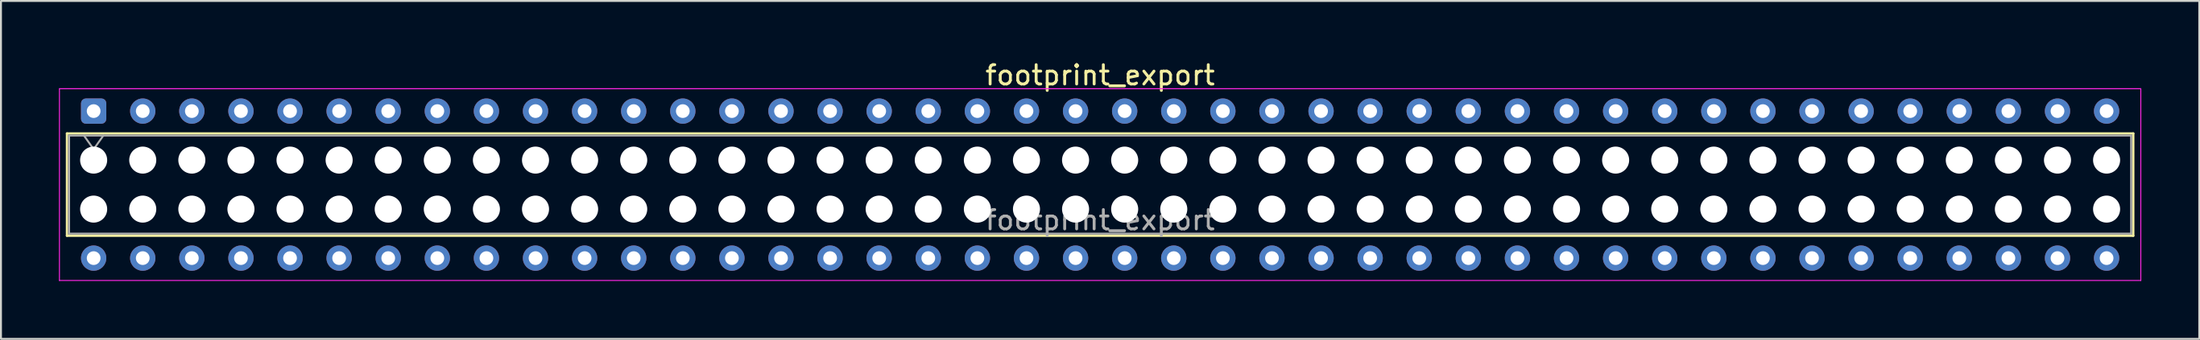
<source format=kicad_pcb>
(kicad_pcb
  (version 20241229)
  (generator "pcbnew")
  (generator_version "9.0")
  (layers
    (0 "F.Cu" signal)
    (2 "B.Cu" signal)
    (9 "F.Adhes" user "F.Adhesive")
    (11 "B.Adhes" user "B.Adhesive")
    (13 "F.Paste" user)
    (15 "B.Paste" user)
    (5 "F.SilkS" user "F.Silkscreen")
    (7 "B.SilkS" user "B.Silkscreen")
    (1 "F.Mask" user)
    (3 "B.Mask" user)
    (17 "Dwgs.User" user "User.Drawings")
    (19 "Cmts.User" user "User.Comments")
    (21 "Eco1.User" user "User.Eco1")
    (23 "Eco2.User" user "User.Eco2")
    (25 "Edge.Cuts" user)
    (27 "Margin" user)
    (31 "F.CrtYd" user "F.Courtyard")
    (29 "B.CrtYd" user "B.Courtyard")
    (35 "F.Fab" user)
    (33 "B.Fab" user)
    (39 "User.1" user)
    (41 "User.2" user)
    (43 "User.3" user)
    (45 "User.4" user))
  (footprint "footprint_export"
    (layer "F.Cu")
    (at 1.795 2.708)
    (property "Reference" "footprint_export" (at 52.07 -1.86 0) (layer "F.SilkS") (effects (font (size 1 1) (thickness 0.15))))
    (attr through_hole)
    (fp_line (start -1.38 1.16) (end 105.52 1.16) (stroke (width 0.12) (type solid)) (layer "F.SilkS"))
    (fp_line (start -1.38 6.46) (end -1.38 1.16) (stroke (width 0.12) (type solid)) (layer "F.SilkS"))
    (fp_line (start 105.52 1.16) (end 105.52 6.46) (stroke (width 0.12) (type solid)) (layer "F.SilkS"))
    (fp_line (start 105.52 6.46) (end -1.38 6.46) (stroke (width 0.12) (type solid)) (layer "F.SilkS"))
    (fp_line (start -1.77 -1.16) (end 105.91 -1.16) (stroke (width 0.05) (type solid)) (layer "F.CrtYd"))
    (fp_line (start -1.77 8.78) (end -1.77 -1.16) (stroke (width 0.05) (type solid)) (layer "F.CrtYd"))
    (fp_line (start 105.91 -1.16) (end 105.91 8.78) (stroke (width 0.05) (type solid)) (layer "F.CrtYd"))
    (fp_line (start 105.91 8.78) (end -1.77 8.78) (stroke (width 0.05) (type solid)) (layer "F.CrtYd"))
    (fp_line (start -1.27 1.27) (end 105.41 1.27) (stroke (width 0.1) (type solid)) (layer "F.Fab"))
    (fp_line (start -1.27 6.35) (end -1.27 1.27) (stroke (width 0.1) (type solid)) (layer "F.Fab"))
    (fp_line (start -0.5 1.27) (end 0 1.977) (stroke (width 0.1) (type solid)) (layer "F.Fab"))
    (fp_line (start 0 1.977) (end 0.5 1.27) (stroke (width 0.1) (type solid)) (layer "F.Fab"))
    (fp_line (start 105.41 1.27) (end 105.41 6.35) (stroke (width 0.1) (type solid)) (layer "F.Fab"))
    (fp_line (start 105.41 6.35) (end -1.27 6.35) (stroke (width 0.1) (type solid)) (layer "F.Fab"))
    (fp_text user "${REFERENCE}" (at 52.07 5.65 0) (layer "F.Fab") (effects (font (size 1 1) (thickness 0.15))))
    (pad "" np_thru_hole circle (at 0 2.54) (size 1.4 1.4) (drill 1.4) (layers "*.Cu" "*.Mask"))
    (pad "" np_thru_hole circle (at 0 5.08) (size 1.4 1.4) (drill 1.4) (layers "*.Cu" "*.Mask"))
    (pad "" np_thru_hole circle (at 2.54 2.54) (size 1.4 1.4) (drill 1.4) (layers "*.Cu" "*.Mask"))
    (pad "" np_thru_hole circle (at 2.54 5.08) (size 1.4 1.4) (drill 1.4) (layers "*.Cu" "*.Mask"))
    (pad "" np_thru_hole circle (at 5.08 2.54) (size 1.4 1.4) (drill 1.4) (layers "*.Cu" "*.Mask"))
    (pad "" np_thru_hole circle (at 5.08 5.08) (size 1.4 1.4) (drill 1.4) (layers "*.Cu" "*.Mask"))
    (pad "" np_thru_hole circle (at 7.62 2.54) (size 1.4 1.4) (drill 1.4) (layers "*.Cu" "*.Mask"))
    (pad "" np_thru_hole circle (at 7.62 5.08) (size 1.4 1.4) (drill 1.4) (layers "*.Cu" "*.Mask"))
    (pad "" np_thru_hole circle (at 10.16 2.54) (size 1.4 1.4) (drill 1.4) (layers "*.Cu" "*.Mask"))
    (pad "" np_thru_hole circle (at 10.16 5.08) (size 1.4 1.4) (drill 1.4) (layers "*.Cu" "*.Mask"))
    (pad "" np_thru_hole circle (at 12.7 2.54) (size 1.4 1.4) (drill 1.4) (layers "*.Cu" "*.Mask"))
    (pad "" np_thru_hole circle (at 12.7 5.08) (size 1.4 1.4) (drill 1.4) (layers "*.Cu" "*.Mask"))
    (pad "" np_thru_hole circle (at 15.24 2.54) (size 1.4 1.4) (drill 1.4) (layers "*.Cu" "*.Mask"))
    (pad "" np_thru_hole circle (at 15.24 5.08) (size 1.4 1.4) (drill 1.4) (layers "*.Cu" "*.Mask"))
    (pad "" np_thru_hole circle (at 17.78 2.54) (size 1.4 1.4) (drill 1.4) (layers "*.Cu" "*.Mask"))
    (pad "" np_thru_hole circle (at 17.78 5.08) (size 1.4 1.4) (drill 1.4) (layers "*.Cu" "*.Mask"))
    (pad "" np_thru_hole circle (at 20.32 2.54) (size 1.4 1.4) (drill 1.4) (layers "*.Cu" "*.Mask"))
    (pad "" np_thru_hole circle (at 20.32 5.08) (size 1.4 1.4) (drill 1.4) (layers "*.Cu" "*.Mask"))
    (pad "" np_thru_hole circle (at 22.86 2.54) (size 1.4 1.4) (drill 1.4) (layers "*.Cu" "*.Mask"))
    (pad "" np_thru_hole circle (at 22.86 5.08) (size 1.4 1.4) (drill 1.4) (layers "*.Cu" "*.Mask"))
    (pad "" np_thru_hole circle (at 25.4 2.54) (size 1.4 1.4) (drill 1.4) (layers "*.Cu" "*.Mask"))
    (pad "" np_thru_hole circle (at 25.4 5.08) (size 1.4 1.4) (drill 1.4) (layers "*.Cu" "*.Mask"))
    (pad "" np_thru_hole circle (at 27.94 2.54) (size 1.4 1.4) (drill 1.4) (layers "*.Cu" "*.Mask"))
    (pad "" np_thru_hole circle (at 27.94 5.08) (size 1.4 1.4) (drill 1.4) (layers "*.Cu" "*.Mask"))
    (pad "" np_thru_hole circle (at 30.48 2.54) (size 1.4 1.4) (drill 1.4) (layers "*.Cu" "*.Mask"))
    (pad "" np_thru_hole circle (at 30.48 5.08) (size 1.4 1.4) (drill 1.4) (layers "*.Cu" "*.Mask"))
    (pad "" np_thru_hole circle (at 33.02 2.54) (size 1.4 1.4) (drill 1.4) (layers "*.Cu" "*.Mask"))
    (pad "" np_thru_hole circle (at 33.02 5.08) (size 1.4 1.4) (drill 1.4) (layers "*.Cu" "*.Mask"))
    (pad "" np_thru_hole circle (at 35.56 2.54) (size 1.4 1.4) (drill 1.4) (layers "*.Cu" "*.Mask"))
    (pad "" np_thru_hole circle (at 35.56 5.08) (size 1.4 1.4) (drill 1.4) (layers "*.Cu" "*.Mask"))
    (pad "" np_thru_hole circle (at 38.1 2.54) (size 1.4 1.4) (drill 1.4) (layers "*.Cu" "*.Mask"))
    (pad "" np_thru_hole circle (at 38.1 5.08) (size 1.4 1.4) (drill 1.4) (layers "*.Cu" "*.Mask"))
    (pad "" np_thru_hole circle (at 40.64 2.54) (size 1.4 1.4) (drill 1.4) (layers "*.Cu" "*.Mask"))
    (pad "" np_thru_hole circle (at 40.64 5.08) (size 1.4 1.4) (drill 1.4) (layers "*.Cu" "*.Mask"))
    (pad "" np_thru_hole circle (at 43.18 2.54) (size 1.4 1.4) (drill 1.4) (layers "*.Cu" "*.Mask"))
    (pad "" np_thru_hole circle (at 43.18 5.08) (size 1.4 1.4) (drill 1.4) (layers "*.Cu" "*.Mask"))
    (pad "" np_thru_hole circle (at 45.72 2.54) (size 1.4 1.4) (drill 1.4) (layers "*.Cu" "*.Mask"))
    (pad "" np_thru_hole circle (at 45.72 5.08) (size 1.4 1.4) (drill 1.4) (layers "*.Cu" "*.Mask"))
    (pad "" np_thru_hole circle (at 48.26 2.54) (size 1.4 1.4) (drill 1.4) (layers "*.Cu" "*.Mask"))
    (pad "" np_thru_hole circle (at 48.26 5.08) (size 1.4 1.4) (drill 1.4) (layers "*.Cu" "*.Mask"))
    (pad "" np_thru_hole circle (at 50.8 2.54) (size 1.4 1.4) (drill 1.4) (layers "*.Cu" "*.Mask"))
    (pad "" np_thru_hole circle (at 50.8 5.08) (size 1.4 1.4) (drill 1.4) (layers "*.Cu" "*.Mask"))
    (pad "" np_thru_hole circle (at 53.34 2.54) (size 1.4 1.4) (drill 1.4) (layers "*.Cu" "*.Mask"))
    (pad "" np_thru_hole circle (at 53.34 5.08) (size 1.4 1.4) (drill 1.4) (layers "*.Cu" "*.Mask"))
    (pad "" np_thru_hole circle (at 55.88 2.54) (size 1.4 1.4) (drill 1.4) (layers "*.Cu" "*.Mask"))
    (pad "" np_thru_hole circle (at 55.88 5.08) (size 1.4 1.4) (drill 1.4) (layers "*.Cu" "*.Mask"))
    (pad "" np_thru_hole circle (at 58.42 2.54) (size 1.4 1.4) (drill 1.4) (layers "*.Cu" "*.Mask"))
    (pad "" np_thru_hole circle (at 58.42 5.08) (size 1.4 1.4) (drill 1.4) (layers "*.Cu" "*.Mask"))
    (pad "" np_thru_hole circle (at 60.96 2.54) (size 1.4 1.4) (drill 1.4) (layers "*.Cu" "*.Mask"))
    (pad "" np_thru_hole circle (at 60.96 5.08) (size 1.4 1.4) (drill 1.4) (layers "*.Cu" "*.Mask"))
    (pad "" np_thru_hole circle (at 63.5 2.54) (size 1.4 1.4) (drill 1.4) (layers "*.Cu" "*.Mask"))
    (pad "" np_thru_hole circle (at 63.5 5.08) (size 1.4 1.4) (drill 1.4) (layers "*.Cu" "*.Mask"))
    (pad "" np_thru_hole circle (at 66.04 2.54) (size 1.4 1.4) (drill 1.4) (layers "*.Cu" "*.Mask"))
    (pad "" np_thru_hole circle (at 66.04 5.08) (size 1.4 1.4) (drill 1.4) (layers "*.Cu" "*.Mask"))
    (pad "" np_thru_hole circle (at 68.58 2.54) (size 1.4 1.4) (drill 1.4) (layers "*.Cu" "*.Mask"))
    (pad "" np_thru_hole circle (at 68.58 5.08) (size 1.4 1.4) (drill 1.4) (layers "*.Cu" "*.Mask"))
    (pad "" np_thru_hole circle (at 71.12 2.54) (size 1.4 1.4) (drill 1.4) (layers "*.Cu" "*.Mask"))
    (pad "" np_thru_hole circle (at 71.12 5.08) (size 1.4 1.4) (drill 1.4) (layers "*.Cu" "*.Mask"))
    (pad "" np_thru_hole circle (at 73.66 2.54) (size 1.4 1.4) (drill 1.4) (layers "*.Cu" "*.Mask"))
    (pad "" np_thru_hole circle (at 73.66 5.08) (size 1.4 1.4) (drill 1.4) (layers "*.Cu" "*.Mask"))
    (pad "" np_thru_hole circle (at 76.2 2.54) (size 1.4 1.4) (drill 1.4) (layers "*.Cu" "*.Mask"))
    (pad "" np_thru_hole circle (at 76.2 5.08) (size 1.4 1.4) (drill 1.4) (layers "*.Cu" "*.Mask"))
    (pad "" np_thru_hole circle (at 78.74 2.54) (size 1.4 1.4) (drill 1.4) (layers "*.Cu" "*.Mask"))
    (pad "" np_thru_hole circle (at 78.74 5.08) (size 1.4 1.4) (drill 1.4) (layers "*.Cu" "*.Mask"))
    (pad "" np_thru_hole circle (at 81.28 2.54) (size 1.4 1.4) (drill 1.4) (layers "*.Cu" "*.Mask"))
    (pad "" np_thru_hole circle (at 81.28 5.08) (size 1.4 1.4) (drill 1.4) (layers "*.Cu" "*.Mask"))
    (pad "" np_thru_hole circle (at 83.82 2.54) (size 1.4 1.4) (drill 1.4) (layers "*.Cu" "*.Mask"))
    (pad "" np_thru_hole circle (at 83.82 5.08) (size 1.4 1.4) (drill 1.4) (layers "*.Cu" "*.Mask"))
    (pad "" np_thru_hole circle (at 86.36 2.54) (size 1.4 1.4) (drill 1.4) (layers "*.Cu" "*.Mask"))
    (pad "" np_thru_hole circle (at 86.36 5.08) (size 1.4 1.4) (drill 1.4) (layers "*.Cu" "*.Mask"))
    (pad "" np_thru_hole circle (at 88.9 2.54) (size 1.4 1.4) (drill 1.4) (layers "*.Cu" "*.Mask"))
    (pad "" np_thru_hole circle (at 88.9 5.08) (size 1.4 1.4) (drill 1.4) (layers "*.Cu" "*.Mask"))
    (pad "" np_thru_hole circle (at 91.44 2.54) (size 1.4 1.4) (drill 1.4) (layers "*.Cu" "*.Mask"))
    (pad "" np_thru_hole circle (at 91.44 5.08) (size 1.4 1.4) (drill 1.4) (layers "*.Cu" "*.Mask"))
    (pad "" np_thru_hole circle (at 93.98 2.54) (size 1.4 1.4) (drill 1.4) (layers "*.Cu" "*.Mask"))
    (pad "" np_thru_hole circle (at 93.98 5.08) (size 1.4 1.4) (drill 1.4) (layers "*.Cu" "*.Mask"))
    (pad "" np_thru_hole circle (at 96.52 2.54) (size 1.4 1.4) (drill 1.4) (layers "*.Cu" "*.Mask"))
    (pad "" np_thru_hole circle (at 96.52 5.08) (size 1.4 1.4) (drill 1.4) (layers "*.Cu" "*.Mask"))
    (pad "" np_thru_hole circle (at 99.06 2.54) (size 1.4 1.4) (drill 1.4) (layers "*.Cu" "*.Mask"))
    (pad "" np_thru_hole circle (at 99.06 5.08) (size 1.4 1.4) (drill 1.4) (layers "*.Cu" "*.Mask"))
    (pad "" np_thru_hole circle (at 101.6 2.54) (size 1.4 1.4) (drill 1.4) (layers "*.Cu" "*.Mask"))
    (pad "" np_thru_hole circle (at 101.6 5.08) (size 1.4 1.4) (drill 1.4) (layers "*.Cu" "*.Mask"))
    (pad "" np_thru_hole circle (at 104.14 2.54) (size 1.4 1.4) (drill 1.4) (layers "*.Cu" "*.Mask"))
    (pad "" np_thru_hole circle (at 104.14 5.08) (size 1.4 1.4) (drill 1.4) (layers "*.Cu" "*.Mask"))
    (pad "1" thru_hole roundrect (at 0 0) (size 1.31 1.31) (drill 0.71) (layers "*.Cu" "*.Mask") (roundrect_rratio 0.191))
    (pad "2" thru_hole circle (at 0 7.62) (size 1.31 1.31) (drill 0.71) (layers "*.Cu" "*.Mask"))
    (pad "3" thru_hole circle (at 2.54 0) (size 1.31 1.31) (drill 0.71) (layers "*.Cu" "*.Mask"))
    (pad "4" thru_hole circle (at 2.54 7.62) (size 1.31 1.31) (drill 0.71) (layers "*.Cu" "*.Mask"))
    (pad "5" thru_hole circle (at 5.08 0) (size 1.31 1.31) (drill 0.71) (layers "*.Cu" "*.Mask"))
    (pad "6" thru_hole circle (at 5.08 7.62) (size 1.31 1.31) (drill 0.71) (layers "*.Cu" "*.Mask"))
    (pad "7" thru_hole circle (at 7.62 0) (size 1.31 1.31) (drill 0.71) (layers "*.Cu" "*.Mask"))
    (pad "8" thru_hole circle (at 7.62 7.62) (size 1.31 1.31) (drill 0.71) (layers "*.Cu" "*.Mask"))
    (pad "9" thru_hole circle (at 10.16 0) (size 1.31 1.31) (drill 0.71) (layers "*.Cu" "*.Mask"))
    (pad "10" thru_hole circle (at 10.16 7.62) (size 1.31 1.31) (drill 0.71) (layers "*.Cu" "*.Mask"))
    (pad "11" thru_hole circle (at 12.7 0) (size 1.31 1.31) (drill 0.71) (layers "*.Cu" "*.Mask"))
    (pad "12" thru_hole circle (at 12.7 7.62) (size 1.31 1.31) (drill 0.71) (layers "*.Cu" "*.Mask"))
    (pad "13" thru_hole circle (at 15.24 0) (size 1.31 1.31) (drill 0.71) (layers "*.Cu" "*.Mask"))
    (pad "14" thru_hole circle (at 15.24 7.62) (size 1.31 1.31) (drill 0.71) (layers "*.Cu" "*.Mask"))
    (pad "15" thru_hole circle (at 17.78 0) (size 1.31 1.31) (drill 0.71) (layers "*.Cu" "*.Mask"))
    (pad "16" thru_hole circle (at 17.78 7.62) (size 1.31 1.31) (drill 0.71) (layers "*.Cu" "*.Mask"))
    (pad "17" thru_hole circle (at 20.32 0) (size 1.31 1.31) (drill 0.71) (layers "*.Cu" "*.Mask"))
    (pad "18" thru_hole circle (at 20.32 7.62) (size 1.31 1.31) (drill 0.71) (layers "*.Cu" "*.Mask"))
    (pad "19" thru_hole circle (at 22.86 0) (size 1.31 1.31) (drill 0.71) (layers "*.Cu" "*.Mask"))
    (pad "20" thru_hole circle (at 22.86 7.62) (size 1.31 1.31) (drill 0.71) (layers "*.Cu" "*.Mask"))
    (pad "21" thru_hole circle (at 25.4 0) (size 1.31 1.31) (drill 0.71) (layers "*.Cu" "*.Mask"))
    (pad "22" thru_hole circle (at 25.4 7.62) (size 1.31 1.31) (drill 0.71) (layers "*.Cu" "*.Mask"))
    (pad "23" thru_hole circle (at 27.94 0) (size 1.31 1.31) (drill 0.71) (layers "*.Cu" "*.Mask"))
    (pad "24" thru_hole circle (at 27.94 7.62) (size 1.31 1.31) (drill 0.71) (layers "*.Cu" "*.Mask"))
    (pad "25" thru_hole circle (at 30.48 0) (size 1.31 1.31) (drill 0.71) (layers "*.Cu" "*.Mask"))
    (pad "26" thru_hole circle (at 30.48 7.62) (size 1.31 1.31) (drill 0.71) (layers "*.Cu" "*.Mask"))
    (pad "27" thru_hole circle (at 33.02 0) (size 1.31 1.31) (drill 0.71) (layers "*.Cu" "*.Mask"))
    (pad "28" thru_hole circle (at 33.02 7.62) (size 1.31 1.31) (drill 0.71) (layers "*.Cu" "*.Mask"))
    (pad "29" thru_hole circle (at 35.56 0) (size 1.31 1.31) (drill 0.71) (layers "*.Cu" "*.Mask"))
    (pad "30" thru_hole circle (at 35.56 7.62) (size 1.31 1.31) (drill 0.71) (layers "*.Cu" "*.Mask"))
    (pad "31" thru_hole circle (at 38.1 0) (size 1.31 1.31) (drill 0.71) (layers "*.Cu" "*.Mask"))
    (pad "32" thru_hole circle (at 38.1 7.62) (size 1.31 1.31) (drill 0.71) (layers "*.Cu" "*.Mask"))
    (pad "33" thru_hole circle (at 40.64 0) (size 1.31 1.31) (drill 0.71) (layers "*.Cu" "*.Mask"))
    (pad "34" thru_hole circle (at 40.64 7.62) (size 1.31 1.31) (drill 0.71) (layers "*.Cu" "*.Mask"))
    (pad "35" thru_hole circle (at 43.18 0) (size 1.31 1.31) (drill 0.71) (layers "*.Cu" "*.Mask"))
    (pad "36" thru_hole circle (at 43.18 7.62) (size 1.31 1.31) (drill 0.71) (layers "*.Cu" "*.Mask"))
    (pad "37" thru_hole circle (at 45.72 0) (size 1.31 1.31) (drill 0.71) (layers "*.Cu" "*.Mask"))
    (pad "38" thru_hole circle (at 45.72 7.62) (size 1.31 1.31) (drill 0.71) (layers "*.Cu" "*.Mask"))
    (pad "39" thru_hole circle (at 48.26 0) (size 1.31 1.31) (drill 0.71) (layers "*.Cu" "*.Mask"))
    (pad "40" thru_hole circle (at 48.26 7.62) (size 1.31 1.31) (drill 0.71) (layers "*.Cu" "*.Mask"))
    (pad "41" thru_hole circle (at 50.8 0) (size 1.31 1.31) (drill 0.71) (layers "*.Cu" "*.Mask"))
    (pad "42" thru_hole circle (at 50.8 7.62) (size 1.31 1.31) (drill 0.71) (layers "*.Cu" "*.Mask"))
    (pad "43" thru_hole circle (at 53.34 0) (size 1.31 1.31) (drill 0.71) (layers "*.Cu" "*.Mask"))
    (pad "44" thru_hole circle (at 53.34 7.62) (size 1.31 1.31) (drill 0.71) (layers "*.Cu" "*.Mask"))
    (pad "45" thru_hole circle (at 55.88 0) (size 1.31 1.31) (drill 0.71) (layers "*.Cu" "*.Mask"))
    (pad "46" thru_hole circle (at 55.88 7.62) (size 1.31 1.31) (drill 0.71) (layers "*.Cu" "*.Mask"))
    (pad "47" thru_hole circle (at 58.42 0) (size 1.31 1.31) (drill 0.71) (layers "*.Cu" "*.Mask"))
    (pad "48" thru_hole circle (at 58.42 7.62) (size 1.31 1.31) (drill 0.71) (layers "*.Cu" "*.Mask"))
    (pad "49" thru_hole circle (at 60.96 0) (size 1.31 1.31) (drill 0.71) (layers "*.Cu" "*.Mask"))
    (pad "50" thru_hole circle (at 60.96 7.62) (size 1.31 1.31) (drill 0.71) (layers "*.Cu" "*.Mask"))
    (pad "51" thru_hole circle (at 63.5 0) (size 1.31 1.31) (drill 0.71) (layers "*.Cu" "*.Mask"))
    (pad "52" thru_hole circle (at 63.5 7.62) (size 1.31 1.31) (drill 0.71) (layers "*.Cu" "*.Mask"))
    (pad "53" thru_hole circle (at 66.04 0) (size 1.31 1.31) (drill 0.71) (layers "*.Cu" "*.Mask"))
    (pad "54" thru_hole circle (at 66.04 7.62) (size 1.31 1.31) (drill 0.71) (layers "*.Cu" "*.Mask"))
    (pad "55" thru_hole circle (at 68.58 0) (size 1.31 1.31) (drill 0.71) (layers "*.Cu" "*.Mask"))
    (pad "56" thru_hole circle (at 68.58 7.62) (size 1.31 1.31) (drill 0.71) (layers "*.Cu" "*.Mask"))
    (pad "57" thru_hole circle (at 71.12 0) (size 1.31 1.31) (drill 0.71) (layers "*.Cu" "*.Mask"))
    (pad "58" thru_hole circle (at 71.12 7.62) (size 1.31 1.31) (drill 0.71) (layers "*.Cu" "*.Mask"))
    (pad "59" thru_hole circle (at 73.66 0) (size 1.31 1.31) (drill 0.71) (layers "*.Cu" "*.Mask"))
    (pad "60" thru_hole circle (at 73.66 7.62) (size 1.31 1.31) (drill 0.71) (layers "*.Cu" "*.Mask"))
    (pad "61" thru_hole circle (at 76.2 0) (size 1.31 1.31) (drill 0.71) (layers "*.Cu" "*.Mask"))
    (pad "62" thru_hole circle (at 76.2 7.62) (size 1.31 1.31) (drill 0.71) (layers "*.Cu" "*.Mask"))
    (pad "63" thru_hole circle (at 78.74 0) (size 1.31 1.31) (drill 0.71) (layers "*.Cu" "*.Mask"))
    (pad "64" thru_hole circle (at 78.74 7.62) (size 1.31 1.31) (drill 0.71) (layers "*.Cu" "*.Mask"))
    (pad "65" thru_hole circle (at 81.28 0) (size 1.31 1.31) (drill 0.71) (layers "*.Cu" "*.Mask"))
    (pad "66" thru_hole circle (at 81.28 7.62) (size 1.31 1.31) (drill 0.71) (layers "*.Cu" "*.Mask"))
    (pad "67" thru_hole circle (at 83.82 0) (size 1.31 1.31) (drill 0.71) (layers "*.Cu" "*.Mask"))
    (pad "68" thru_hole circle (at 83.82 7.62) (size 1.31 1.31) (drill 0.71) (layers "*.Cu" "*.Mask"))
    (pad "69" thru_hole circle (at 86.36 0) (size 1.31 1.31) (drill 0.71) (layers "*.Cu" "*.Mask"))
    (pad "70" thru_hole circle (at 86.36 7.62) (size 1.31 1.31) (drill 0.71) (layers "*.Cu" "*.Mask"))
    (pad "71" thru_hole circle (at 88.9 0) (size 1.31 1.31) (drill 0.71) (layers "*.Cu" "*.Mask"))
    (pad "72" thru_hole circle (at 88.9 7.62) (size 1.31 1.31) (drill 0.71) (layers "*.Cu" "*.Mask"))
    (pad "73" thru_hole circle (at 91.44 0) (size 1.31 1.31) (drill 0.71) (layers "*.Cu" "*.Mask"))
    (pad "74" thru_hole circle (at 91.44 7.62) (size 1.31 1.31) (drill 0.71) (layers "*.Cu" "*.Mask"))
    (pad "75" thru_hole circle (at 93.98 0) (size 1.31 1.31) (drill 0.71) (layers "*.Cu" "*.Mask"))
    (pad "76" thru_hole circle (at 93.98 7.62) (size 1.31 1.31) (drill 0.71) (layers "*.Cu" "*.Mask"))
    (pad "77" thru_hole circle (at 96.52 0) (size 1.31 1.31) (drill 0.71) (layers "*.Cu" "*.Mask"))
    (pad "78" thru_hole circle (at 96.52 7.62) (size 1.31 1.31) (drill 0.71) (layers "*.Cu" "*.Mask"))
    (pad "79" thru_hole circle (at 99.06 0) (size 1.31 1.31) (drill 0.71) (layers "*.Cu" "*.Mask"))
    (pad "80" thru_hole circle (at 99.06 7.62) (size 1.31 1.31) (drill 0.71) (layers "*.Cu" "*.Mask"))
    (pad "81" thru_hole circle (at 101.6 0) (size 1.31 1.31) (drill 0.71) (layers "*.Cu" "*.Mask"))
    (pad "82" thru_hole circle (at 101.6 7.62) (size 1.31 1.31) (drill 0.71) (layers "*.Cu" "*.Mask"))
    (pad "83" thru_hole circle (at 104.14 0) (size 1.31 1.31) (drill 0.71) (layers "*.Cu" "*.Mask"))
    (pad "84" thru_hole circle (at 104.14 7.62) (size 1.31 1.31) (drill 0.71) (layers "*.Cu" "*.Mask")))
  (gr_rect
    (start -3 -3)
    (end 110.73 14.513)
    (stroke (width 0.1) (type default))
    (fill no)
    (layer "Edge.Cuts")))
</source>
